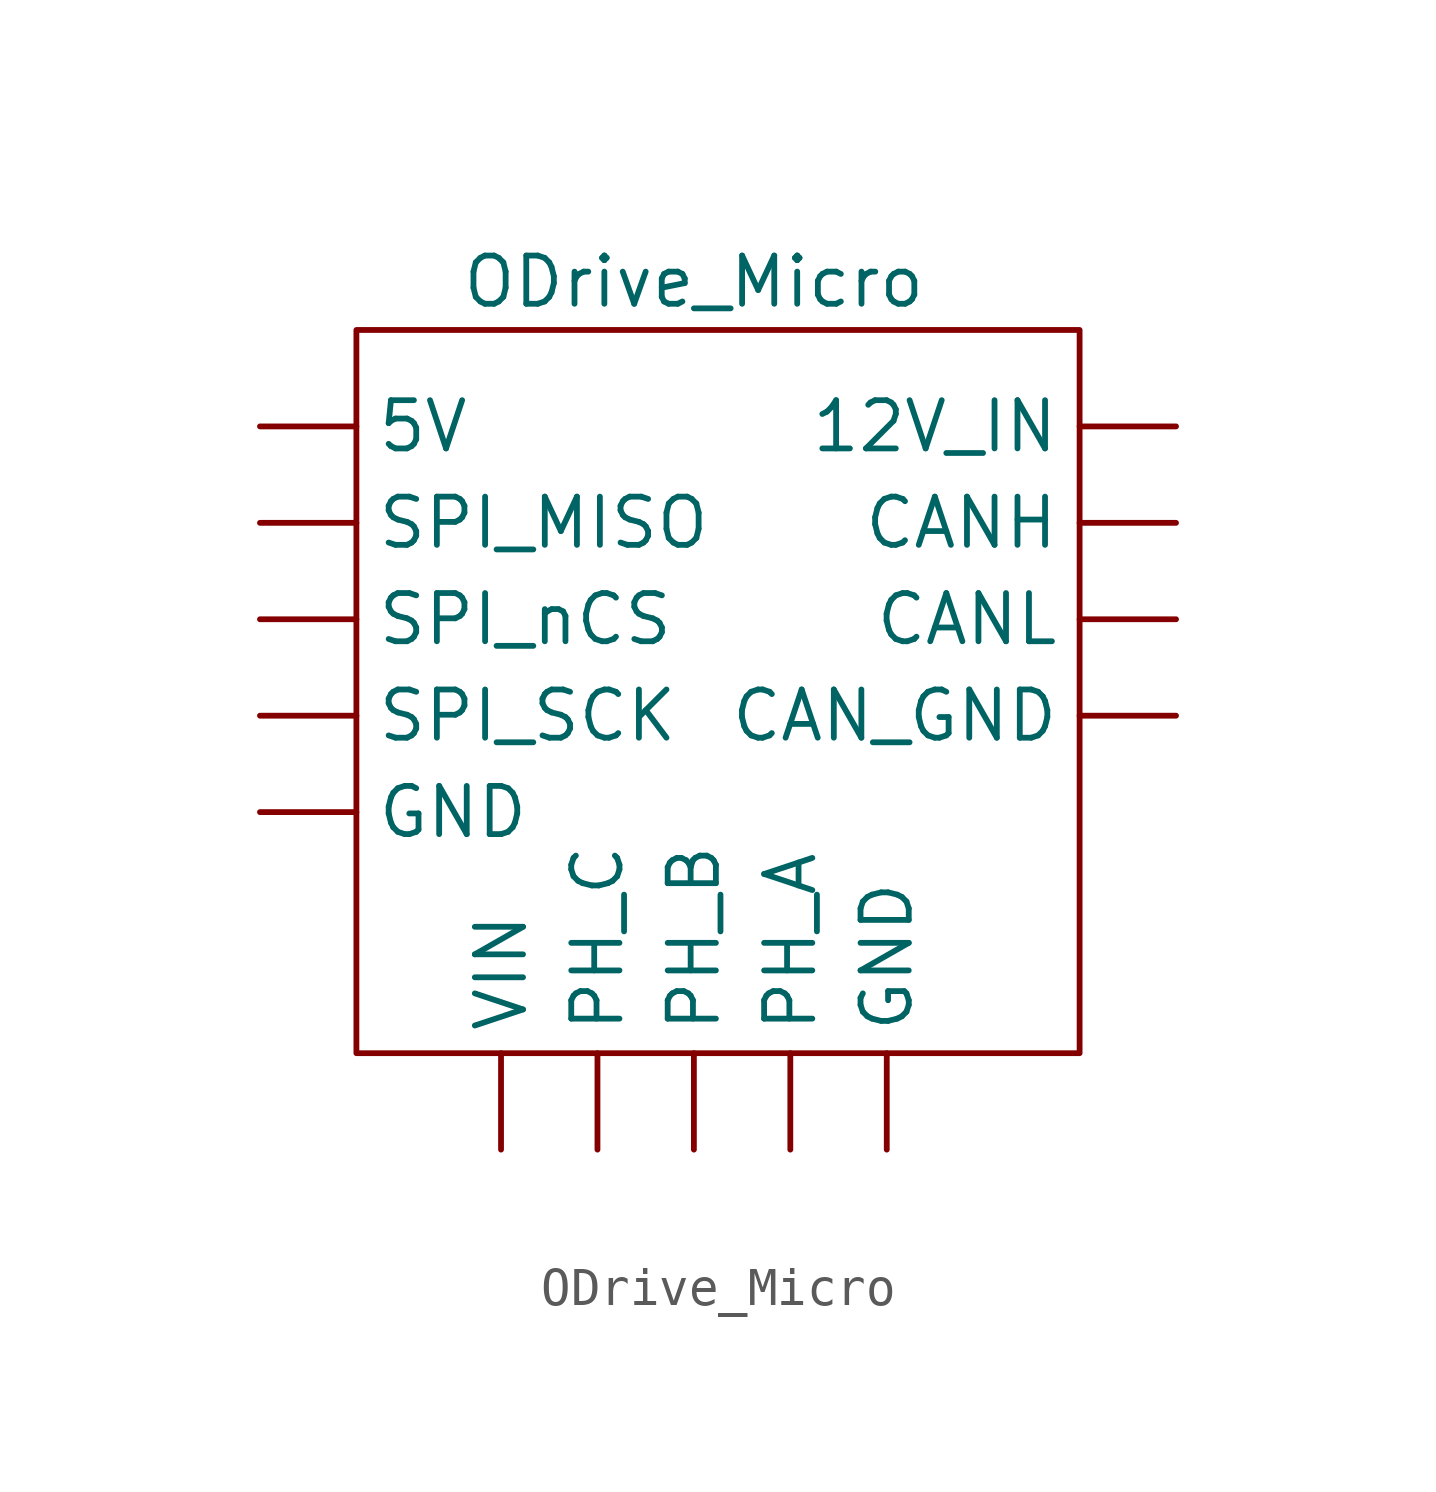
<source format=kicad_sym>
(kicad_symbol_lib
  (version 20211014)
  (generator kicad_symbol_editor)
  (symbol "ODrive_Micro"
    (property "Reference" "U"
      (at 0 0 0)
      (effects (font (size 1.27 1.27)) hide))
    (property "Value" "ODrive_Micro"
      (at 0 3.81 0)
      (effects (font (size 1.27 1.27))))
    (symbol "ODrive_Micro_0_0"
      (rectangle (start -8.89 2.54) (end 10.16 -16.51) (stroke (width 0) (type default) (color 0 0 0 0)) (fill (type none))))
    (symbol "ODrive_Micro_1_1"
      (pin input line (at 12.7 0 180) (length 2.54) (name "12V_IN" (effects (font (size 1.27 1.27)))) (number "" (effects (font (size 1.27 1.27)))))
      (pin output line (at -11.43 0 0) (length 2.54) (name "5V" (effects (font (size 1.27 1.27)))) (number "" (effects (font (size 1.27 1.27)))))
      (pin bidirectional line (at 12.7 -2.54 180) (length 2.54) (name "CANH" (effects (font (size 1.27 1.27)))) (number "" (effects (font (size 1.27 1.27)))))
      (pin bidirectional line (at 12.7 -5.08 180) (length 2.54) (name "CANL" (effects (font (size 1.27 1.27)))) (number "" (effects (font (size 1.27 1.27)))))
      (pin input line (at 12.7 -7.62 180) (length 2.54) (name "CAN_GND" (effects (font (size 1.27 1.27)))) (number "" (effects (font (size 1.27 1.27)))))
      (pin output line (at -11.43 -10.16 0) (length 2.54) (name "GND" (effects (font (size 1.27 1.27)))) (number "" (effects (font (size 1.27 1.27)))))
      (pin input line (at 5.08 -19.05 90) (length 2.54) (name "GND" (effects (font (size 1.27 1.27)))) (number "" (effects (font (size 1.27 1.27)))))
      (pin output line (at 2.54 -19.05 90) (length 2.54) (name "PH_A" (effects (font (size 1.27 1.27)))) (number "" (effects (font (size 1.27 1.27)))))
      (pin output line (at 0 -19.05 90) (length 2.54) (name "PH_B" (effects (font (size 1.27 1.27)))) (number "" (effects (font (size 1.27 1.27)))))
      (pin output line (at -2.54 -19.05 90) (length 2.54) (name "PH_C" (effects (font (size 1.27 1.27)))) (number "" (effects (font (size 1.27 1.27)))))
      (pin input line (at -11.43 -2.54 0) (length 2.54) (name "SPI_MISO" (effects (font (size 1.27 1.27)))) (number "" (effects (font (size 1.27 1.27)))))
      (pin input line (at -11.43 -7.62 0) (length 2.54) (name "SPI_SCK" (effects (font (size 1.27 1.27)))) (number "" (effects (font (size 1.27 1.27)))))
      (pin input line (at -11.43 -5.08 0) (length 2.54) (name "SPI_nCS" (effects (font (size 1.27 1.27)))) (number "" (effects (font (size 1.27 1.27)))))
      (pin input line (at -5.08 -19.05 90) (length 2.54) (name "VIN" (effects (font (size 1.27 1.27)))) (number "" (effects (font (size 1.27 1.27))))))))
</source>
